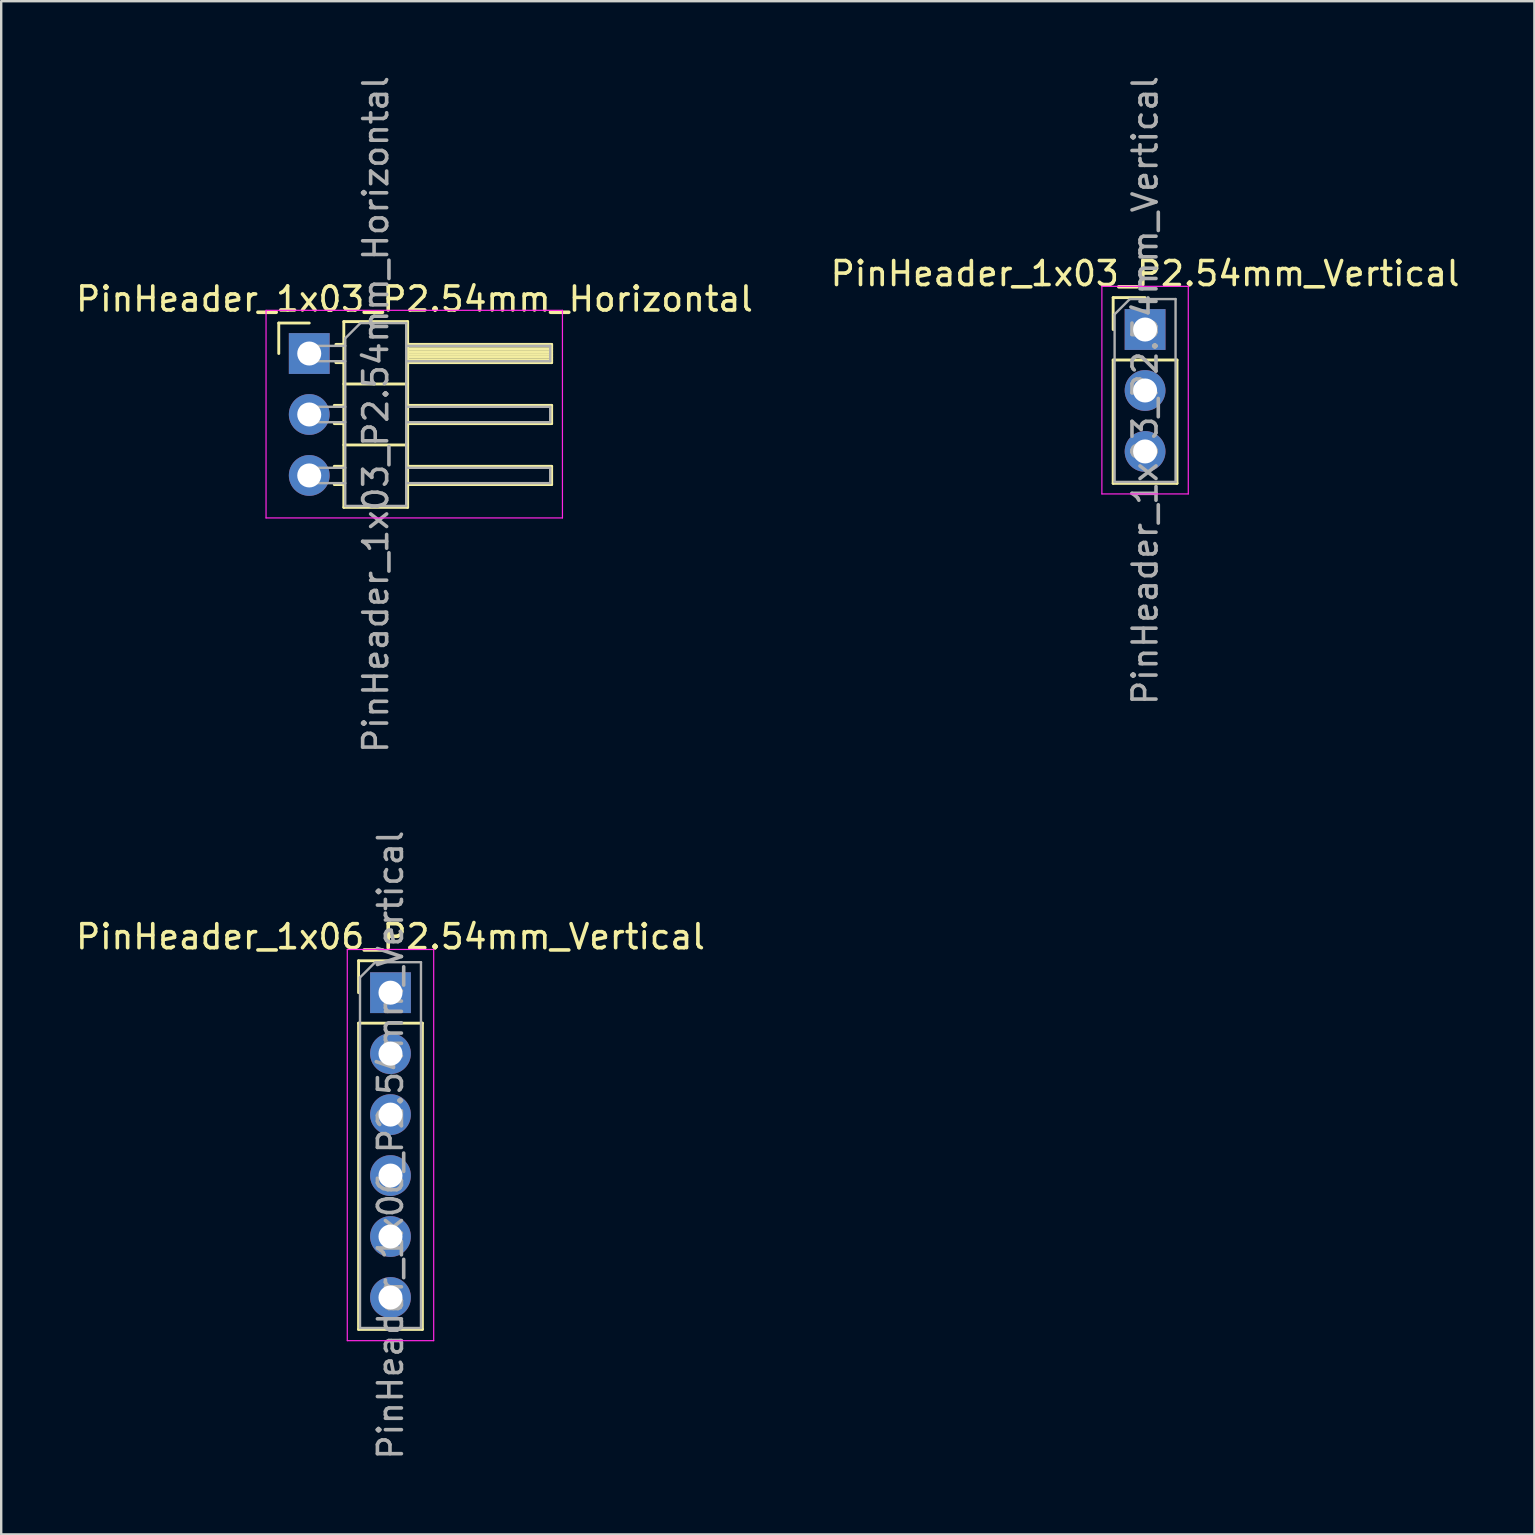
<source format=kicad_pcb>
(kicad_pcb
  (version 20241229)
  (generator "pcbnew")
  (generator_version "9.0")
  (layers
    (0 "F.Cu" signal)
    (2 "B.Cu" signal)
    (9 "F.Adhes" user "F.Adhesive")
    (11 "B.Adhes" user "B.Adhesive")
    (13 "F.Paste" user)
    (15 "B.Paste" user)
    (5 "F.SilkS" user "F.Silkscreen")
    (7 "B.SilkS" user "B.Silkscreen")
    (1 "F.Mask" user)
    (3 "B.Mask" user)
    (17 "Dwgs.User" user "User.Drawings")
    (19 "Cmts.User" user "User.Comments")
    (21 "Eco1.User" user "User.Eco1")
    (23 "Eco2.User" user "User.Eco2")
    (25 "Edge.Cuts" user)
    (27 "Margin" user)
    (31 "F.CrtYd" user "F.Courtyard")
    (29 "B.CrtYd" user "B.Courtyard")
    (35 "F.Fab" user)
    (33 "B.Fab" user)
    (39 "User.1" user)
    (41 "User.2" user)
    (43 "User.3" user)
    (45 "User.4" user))
  (footprint "PinHeader_1x03_P2.54mm_Vertical"
    (layer "F.Cu")
    (at 44.661 10.68)
    (property "Reference" "PinHeader_1x03_P2.54mm_Vertical" (at 0 -2.33 0) (layer "F.SilkS") (effects (font (size 1 1) (thickness 0.15))))
    (attr through_hole)
    (fp_line (start -1.33 -1.33) (end 0 -1.33) (stroke (width 0.12) (type solid)) (layer "F.SilkS"))
    (fp_line (start -1.33 0) (end -1.33 -1.33) (stroke (width 0.12) (type solid)) (layer "F.SilkS"))
    (fp_line (start -1.33 1.27) (end -1.33 6.41) (stroke (width 0.12) (type solid)) (layer "F.SilkS"))
    (fp_line (start -1.33 1.27) (end 1.33 1.27) (stroke (width 0.12) (type solid)) (layer "F.SilkS"))
    (fp_line (start -1.33 6.41) (end 1.33 6.41) (stroke (width 0.12) (type solid)) (layer "F.SilkS"))
    (fp_line (start 1.33 1.27) (end 1.33 6.41) (stroke (width 0.12) (type solid)) (layer "F.SilkS"))
    (fp_line (start -1.8 -1.8) (end -1.8 6.85) (stroke (width 0.05) (type solid)) (layer "F.CrtYd"))
    (fp_line (start -1.8 6.85) (end 1.8 6.85) (stroke (width 0.05) (type solid)) (layer "F.CrtYd"))
    (fp_line (start 1.8 -1.8) (end -1.8 -1.8) (stroke (width 0.05) (type solid)) (layer "F.CrtYd"))
    (fp_line (start 1.8 6.85) (end 1.8 -1.8) (stroke (width 0.05) (type solid)) (layer "F.CrtYd"))
    (fp_line (start -1.27 -0.635) (end -0.635 -1.27) (stroke (width 0.1) (type solid)) (layer "F.Fab"))
    (fp_line (start -1.27 6.35) (end -1.27 -0.635) (stroke (width 0.1) (type solid)) (layer "F.Fab"))
    (fp_line (start -0.635 -1.27) (end 1.27 -1.27) (stroke (width 0.1) (type solid)) (layer "F.Fab"))
    (fp_line (start 1.27 -1.27) (end 1.27 6.35) (stroke (width 0.1) (type solid)) (layer "F.Fab"))
    (fp_line (start 1.27 6.35) (end -1.27 6.35) (stroke (width 0.1) (type solid)) (layer "F.Fab"))
    (fp_text user "${REFERENCE}" (at 0 2.54 90) (layer "F.Fab") (effects (font (size 1 1) (thickness 0.15))))
    (pad "1" thru_hole rect (at 0 0) (size 1.7 1.7) (drill 1) (layers "*.Cu" "*.Mask"))
    (pad "2" thru_hole oval (at 0 2.54) (size 1.7 1.7) (drill 1) (layers "*.Cu" "*.Mask"))
    (pad "3" thru_hole oval (at 0 5.08) (size 1.7 1.7) (drill 1) (layers "*.Cu" "*.Mask")))
  (footprint "PinHeader_1x06_P2.54mm_Vertical"
    (layer "F.Cu")
    (at 13.22 38.311)
    (property "Reference" "PinHeader_1x06_P2.54mm_Vertical" (at 0 -2.33 0) (layer "F.SilkS") (effects (font (size 1 1) (thickness 0.15))))
    (attr through_hole)
    (fp_line (start -1.33 -1.33) (end 0 -1.33) (stroke (width 0.12) (type solid)) (layer "F.SilkS"))
    (fp_line (start -1.33 0) (end -1.33 -1.33) (stroke (width 0.12) (type solid)) (layer "F.SilkS"))
    (fp_line (start -1.33 1.27) (end -1.33 14.03) (stroke (width 0.12) (type solid)) (layer "F.SilkS"))
    (fp_line (start -1.33 1.27) (end 1.33 1.27) (stroke (width 0.12) (type solid)) (layer "F.SilkS"))
    (fp_line (start -1.33 14.03) (end 1.33 14.03) (stroke (width 0.12) (type solid)) (layer "F.SilkS"))
    (fp_line (start 1.33 1.27) (end 1.33 14.03) (stroke (width 0.12) (type solid)) (layer "F.SilkS"))
    (fp_line (start -1.8 -1.8) (end -1.8 14.5) (stroke (width 0.05) (type solid)) (layer "F.CrtYd"))
    (fp_line (start -1.8 14.5) (end 1.8 14.5) (stroke (width 0.05) (type solid)) (layer "F.CrtYd"))
    (fp_line (start 1.8 -1.8) (end -1.8 -1.8) (stroke (width 0.05) (type solid)) (layer "F.CrtYd"))
    (fp_line (start 1.8 14.5) (end 1.8 -1.8) (stroke (width 0.05) (type solid)) (layer "F.CrtYd"))
    (fp_line (start -1.27 -0.635) (end -0.635 -1.27) (stroke (width 0.1) (type solid)) (layer "F.Fab"))
    (fp_line (start -1.27 13.97) (end -1.27 -0.635) (stroke (width 0.1) (type solid)) (layer "F.Fab"))
    (fp_line (start -0.635 -1.27) (end 1.27 -1.27) (stroke (width 0.1) (type solid)) (layer "F.Fab"))
    (fp_line (start 1.27 -1.27) (end 1.27 13.97) (stroke (width 0.1) (type solid)) (layer "F.Fab"))
    (fp_line (start 1.27 13.97) (end -1.27 13.97) (stroke (width 0.1) (type solid)) (layer "F.Fab"))
    (fp_text user "${REFERENCE}" (at 0 6.35 90) (layer "F.Fab") (effects (font (size 1 1) (thickness 0.15))))
    (pad "1" thru_hole rect (at 0 0) (size 1.7 1.7) (drill 1) (layers "*.Cu" "*.Mask"))
    (pad "2" thru_hole oval (at 0 2.54) (size 1.7 1.7) (drill 1) (layers "*.Cu" "*.Mask"))
    (pad "3" thru_hole oval (at 0 5.08) (size 1.7 1.7) (drill 1) (layers "*.Cu" "*.Mask"))
    (pad "4" thru_hole oval (at 0 7.62) (size 1.7 1.7) (drill 1) (layers "*.Cu" "*.Mask"))
    (pad "5" thru_hole oval (at 0 10.16) (size 1.7 1.7) (drill 1) (layers "*.Cu" "*.Mask"))
    (pad "6" thru_hole oval (at 0 12.7) (size 1.7 1.7) (drill 1) (layers "*.Cu" "*.Mask")))
  (footprint "PinHeader_1x03_P2.54mm_Horizontal"
    (layer "F.Cu")
    (at 9.835 11.68)
    (property "Reference" "PinHeader_1x03_P2.54mm_Horizontal" (at 4.385 -2.27 0) (layer "F.SilkS") (effects (font (size 1 1) (thickness 0.15))))
    (attr through_hole)
    (fp_line (start -1.27 -1.27) (end 0 -1.27) (stroke (width 0.12) (type solid)) (layer "F.SilkS"))
    (fp_line (start -1.27 0) (end -1.27 -1.27) (stroke (width 0.12) (type solid)) (layer "F.SilkS"))
    (fp_line (start 1.043 2.16) (end 1.44 2.16) (stroke (width 0.12) (type solid)) (layer "F.SilkS"))
    (fp_line (start 1.043 2.92) (end 1.44 2.92) (stroke (width 0.12) (type solid)) (layer "F.SilkS"))
    (fp_line (start 1.043 4.7) (end 1.44 4.7) (stroke (width 0.12) (type solid)) (layer "F.SilkS"))
    (fp_line (start 1.043 5.46) (end 1.44 5.46) (stroke (width 0.12) (type solid)) (layer "F.SilkS"))
    (fp_line (start 1.11 -0.38) (end 1.44 -0.38) (stroke (width 0.12) (type solid)) (layer "F.SilkS"))
    (fp_line (start 1.11 0.38) (end 1.44 0.38) (stroke (width 0.12) (type solid)) (layer "F.SilkS"))
    (fp_line (start 1.44 -1.33) (end 1.44 6.41) (stroke (width 0.12) (type solid)) (layer "F.SilkS"))
    (fp_line (start 1.44 1.27) (end 4.1 1.27) (stroke (width 0.12) (type solid)) (layer "F.SilkS"))
    (fp_line (start 1.44 3.81) (end 4.1 3.81) (stroke (width 0.12) (type solid)) (layer "F.SilkS"))
    (fp_line (start 1.44 6.41) (end 4.1 6.41) (stroke (width 0.12) (type solid)) (layer "F.SilkS"))
    (fp_line (start 4.1 -1.33) (end 1.44 -1.33) (stroke (width 0.12) (type solid)) (layer "F.SilkS"))
    (fp_line (start 4.1 -0.38) (end 10.1 -0.38) (stroke (width 0.12) (type solid)) (layer "F.SilkS"))
    (fp_line (start 4.1 -0.32) (end 10.1 -0.32) (stroke (width 0.12) (type solid)) (layer "F.SilkS"))
    (fp_line (start 4.1 -0.2) (end 10.1 -0.2) (stroke (width 0.12) (type solid)) (layer "F.SilkS"))
    (fp_line (start 4.1 -0.08) (end 10.1 -0.08) (stroke (width 0.12) (type solid)) (layer "F.SilkS"))
    (fp_line (start 4.1 0.04) (end 10.1 0.04) (stroke (width 0.12) (type solid)) (layer "F.SilkS"))
    (fp_line (start 4.1 0.16) (end 10.1 0.16) (stroke (width 0.12) (type solid)) (layer "F.SilkS"))
    (fp_line (start 4.1 0.28) (end 10.1 0.28) (stroke (width 0.12) (type solid)) (layer "F.SilkS"))
    (fp_line (start 4.1 2.16) (end 10.1 2.16) (stroke (width 0.12) (type solid)) (layer "F.SilkS"))
    (fp_line (start 4.1 4.7) (end 10.1 4.7) (stroke (width 0.12) (type solid)) (layer "F.SilkS"))
    (fp_line (start 4.1 6.41) (end 4.1 -1.33) (stroke (width 0.12) (type solid)) (layer "F.SilkS"))
    (fp_line (start 10.1 -0.38) (end 10.1 0.38) (stroke (width 0.12) (type solid)) (layer "F.SilkS"))
    (fp_line (start 10.1 0.38) (end 4.1 0.38) (stroke (width 0.12) (type solid)) (layer "F.SilkS"))
    (fp_line (start 10.1 2.16) (end 10.1 2.92) (stroke (width 0.12) (type solid)) (layer "F.SilkS"))
    (fp_line (start 10.1 2.92) (end 4.1 2.92) (stroke (width 0.12) (type solid)) (layer "F.SilkS"))
    (fp_line (start 10.1 4.7) (end 10.1 5.46) (stroke (width 0.12) (type solid)) (layer "F.SilkS"))
    (fp_line (start 10.1 5.46) (end 4.1 5.46) (stroke (width 0.12) (type solid)) (layer "F.SilkS"))
    (fp_line (start -1.8 -1.8) (end -1.8 6.85) (stroke (width 0.05) (type solid)) (layer "F.CrtYd"))
    (fp_line (start -1.8 6.85) (end 10.55 6.85) (stroke (width 0.05) (type solid)) (layer "F.CrtYd"))
    (fp_line (start 10.55 -1.8) (end -1.8 -1.8) (stroke (width 0.05) (type solid)) (layer "F.CrtYd"))
    (fp_line (start 10.55 6.85) (end 10.55 -1.8) (stroke (width 0.05) (type solid)) (layer "F.CrtYd"))
    (fp_line (start -0.32 -0.32) (end -0.32 0.32) (stroke (width 0.1) (type solid)) (layer "F.Fab"))
    (fp_line (start -0.32 -0.32) (end 1.5 -0.32) (stroke (width 0.1) (type solid)) (layer "F.Fab"))
    (fp_line (start -0.32 0.32) (end 1.5 0.32) (stroke (width 0.1) (type solid)) (layer "F.Fab"))
    (fp_line (start -0.32 2.22) (end -0.32 2.86) (stroke (width 0.1) (type solid)) (layer "F.Fab"))
    (fp_line (start -0.32 2.22) (end 1.5 2.22) (stroke (width 0.1) (type solid)) (layer "F.Fab"))
    (fp_line (start -0.32 2.86) (end 1.5 2.86) (stroke (width 0.1) (type solid)) (layer "F.Fab"))
    (fp_line (start -0.32 4.76) (end -0.32 5.4) (stroke (width 0.1) (type solid)) (layer "F.Fab"))
    (fp_line (start -0.32 4.76) (end 1.5 4.76) (stroke (width 0.1) (type solid)) (layer "F.Fab"))
    (fp_line (start -0.32 5.4) (end 1.5 5.4) (stroke (width 0.1) (type solid)) (layer "F.Fab"))
    (fp_line (start 1.5 -0.635) (end 2.135 -1.27) (stroke (width 0.1) (type solid)) (layer "F.Fab"))
    (fp_line (start 1.5 6.35) (end 1.5 -0.635) (stroke (width 0.1) (type solid)) (layer "F.Fab"))
    (fp_line (start 2.135 -1.27) (end 4.04 -1.27) (stroke (width 0.1) (type solid)) (layer "F.Fab"))
    (fp_line (start 4.04 -1.27) (end 4.04 6.35) (stroke (width 0.1) (type solid)) (layer "F.Fab"))
    (fp_line (start 4.04 -0.32) (end 10.04 -0.32) (stroke (width 0.1) (type solid)) (layer "F.Fab"))
    (fp_line (start 4.04 0.32) (end 10.04 0.32) (stroke (width 0.1) (type solid)) (layer "F.Fab"))
    (fp_line (start 4.04 2.22) (end 10.04 2.22) (stroke (width 0.1) (type solid)) (layer "F.Fab"))
    (fp_line (start 4.04 2.86) (end 10.04 2.86) (stroke (width 0.1) (type solid)) (layer "F.Fab"))
    (fp_line (start 4.04 4.76) (end 10.04 4.76) (stroke (width 0.1) (type solid)) (layer "F.Fab"))
    (fp_line (start 4.04 5.4) (end 10.04 5.4) (stroke (width 0.1) (type solid)) (layer "F.Fab"))
    (fp_line (start 4.04 6.35) (end 1.5 6.35) (stroke (width 0.1) (type solid)) (layer "F.Fab"))
    (fp_line (start 10.04 -0.32) (end 10.04 0.32) (stroke (width 0.1) (type solid)) (layer "F.Fab"))
    (fp_line (start 10.04 2.22) (end 10.04 2.86) (stroke (width 0.1) (type solid)) (layer "F.Fab"))
    (fp_line (start 10.04 4.76) (end 10.04 5.4) (stroke (width 0.1) (type solid)) (layer "F.Fab"))
    (fp_text user "${REFERENCE}" (at 2.77 2.54 90) (layer "F.Fab") (effects (font (size 1 1) (thickness 0.15))))
    (pad "1" thru_hole rect (at 0 0) (size 1.7 1.7) (drill 1) (layers "*.Cu" "*.Mask"))
    (pad "2" thru_hole oval (at 0 2.54) (size 1.7 1.7) (drill 1) (layers "*.Cu" "*.Mask"))
    (pad "3" thru_hole oval (at 0 5.08) (size 1.7 1.7) (drill 1) (layers "*.Cu" "*.Mask")))
  (gr_rect
    (start -3 -3)
    (end 60.881 60.881)
    (stroke (width 0.1) (type default))
    (fill no)
    (layer "Edge.Cuts")))
</source>
